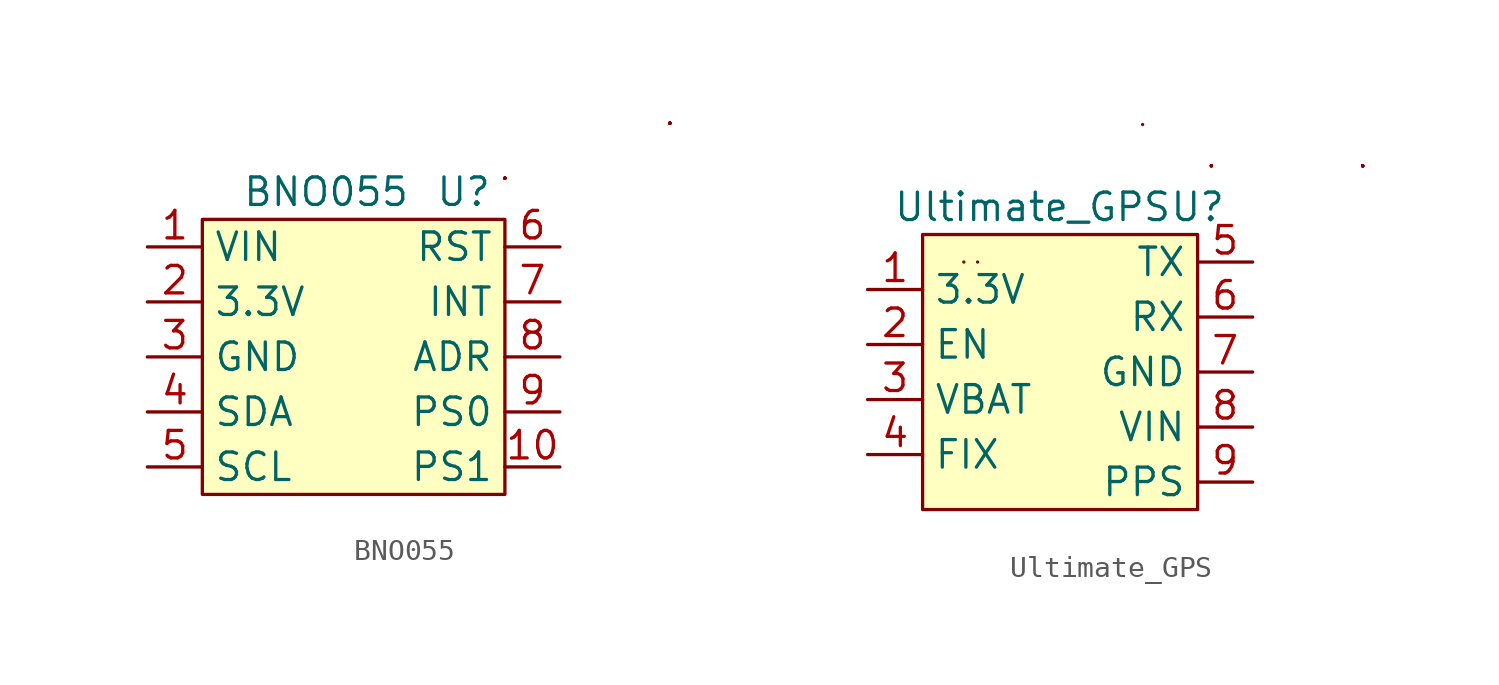
<source format=kicad_sym>
(kicad_symbol_lib
  (version 20211014)
  (generator kicad_symbol_editor)
  (symbol "BNO055"
    (property "Reference" "U"
      (at 4.445 7.62 0)
      (effects (font (size 1.27 1.27))))
    (property "Value" "BNO055"
      (at -1.905 7.62 0)
      (effects (font (size 1.27 1.27))))
    (symbol "BNO055_0_1"
      (rectangle (start -7.62 6.35) (end 6.35 -6.35) (stroke (width 0) (type default) (color 0 0 0 0)) (fill (type background)))
      (rectangle (start 6.35 8.255) (end 6.35 8.255) (stroke (width 0) (type default) (color 0 0 0 0)) (fill (type none)))
      (rectangle (start 6.35 8.255) (end 6.35 8.255) (stroke (width 0) (type default) (color 0 0 0 0)) (fill (type none)))
      (rectangle (start 6.35 8.255) (end 6.35 8.255) (stroke (width 0) (type default) (color 0 0 0 0)) (fill (type none)))
      (rectangle (start 6.35 8.255) (end 6.35 8.255) (stroke (width 0) (type default) (color 0 0 0 0)) (fill (type none)))
      (rectangle (start 6.35 8.255) (end 6.35 8.255) (stroke (width 0) (type default) (color 0 0 0 0)) (fill (type none)))
      (rectangle (start 6.35 8.255) (end 6.35 8.255) (stroke (width 0) (type default) (color 0 0 0 0)) (fill (type none)))
      (rectangle (start 6.35 8.255) (end 6.35 8.255) (stroke (width 0) (type default) (color 0 0 0 0)) (fill (type none)))
      (rectangle (start 6.35 8.255) (end 6.35 8.255) (stroke (width 0) (type default) (color 0 0 0 0)) (fill (type none)))
      (rectangle (start 13.97 10.795) (end 13.97 10.795) (stroke (width 0) (type default) (color 0 0 0 0)) (fill (type none)))
      (rectangle (start 13.97 10.795) (end 13.97 10.795) (stroke (width 0) (type default) (color 0 0 0 0)) (fill (type none)))
      (rectangle (start 13.97 10.795) (end 13.97 10.795) (stroke (width 0) (type default) (color 0 0 0 0)) (fill (type none)))
      (rectangle (start 13.97 10.795) (end 13.97 10.795) (stroke (width 0) (type default) (color 0 0 0 0)) (fill (type none)))
      (rectangle (start 13.97 10.795) (end 13.97 10.795) (stroke (width 0) (type default) (color 0 0 0 0)) (fill (type none)))
      (rectangle (start 13.97 10.795) (end 13.97 10.795) (stroke (width 0) (type default) (color 0 0 0 0)) (fill (type none)))
      (rectangle (start 13.97 10.795) (end 13.97 10.795) (stroke (width 0) (type default) (color 0 0 0 0)) (fill (type none)))
      (rectangle (start 13.97 10.795) (end 13.97 10.795) (stroke (width 0) (type default) (color 0 0 0 0)) (fill (type none)))
      (rectangle (start 13.97 10.795) (end 13.97 10.795) (stroke (width 0) (type default) (color 0 0 0 0)) (fill (type none)))
      (rectangle (start 13.97 10.795) (end 13.97 10.795) (stroke (width 0) (type default) (color 0 0 0 0)) (fill (type none)))
      (rectangle (start 13.97 10.795) (end 13.97 10.795) (stroke (width 0) (type default) (color 0 0 0 0)) (fill (type none)))
      (rectangle (start 13.97 10.795) (end 13.97 10.795) (stroke (width 0) (type default) (color 0 0 0 0)) (fill (type none))))
    (symbol "BNO055_1_1"
      (pin input line (at -10.16 5.08 0) (length 2.54) (name "VIN" (effects (font (size 1.27 1.27)))) (number "1" (effects (font (size 1.27 1.27)))))
      (pin input line (at 8.89 -5.08 180) (length 2.54) (name "PS1" (effects (font (size 1.27 1.27)))) (number "10" (effects (font (size 1.27 1.27)))))
      (pin output line (at -10.16 2.54 0) (length 2.54) (name "3.3V" (effects (font (size 1.27 1.27)))) (number "2" (effects (font (size 1.27 1.27)))))
      (pin power_in line (at -10.16 0 0) (length 2.54) (name "GND" (effects (font (size 1.27 1.27)))) (number "3" (effects (font (size 1.27 1.27)))))
      (pin bidirectional line (at -10.16 -2.54 0) (length 2.54) (name "SDA" (effects (font (size 1.27 1.27)))) (number "4" (effects (font (size 1.27 1.27)))))
      (pin input line (at -10.16 -5.08 0) (length 2.54) (name "SCL" (effects (font (size 1.27 1.27)))) (number "5" (effects (font (size 1.27 1.27)))))
      (pin input line (at 8.89 5.08 180) (length 2.54) (name "RST" (effects (font (size 1.27 1.27)))) (number "6" (effects (font (size 1.27 1.27)))))
      (pin output line (at 8.89 2.54 180) (length 2.54) (name "INT" (effects (font (size 1.27 1.27)))) (number "7" (effects (font (size 1.27 1.27)))))
      (pin input line (at 8.89 0 180) (length 2.54) (name "ADR" (effects (font (size 1.27 1.27)))) (number "8" (effects (font (size 1.27 1.27)))))
      (pin input line (at 8.89 -2.54 180) (length 2.54) (name "PS0" (effects (font (size 1.27 1.27)))) (number "9" (effects (font (size 1.27 1.27)))))))
  (symbol "Ultimate_GPS"
    (property "Reference" "U"
      (at 6.35 8.89 0)
      (effects (font (size 1.27 1.27))))
    (property "Value" "Ultimate_GPS"
      (at -1.27 8.89 0)
      (effects (font (size 1.27 1.27))))
    (symbol "Ultimate_GPS_0_1"
      (rectangle (start -6.35 7.62) (end 6.35 -5.08) (stroke (width 0) (type default) (color 0 0 0 0)) (fill (type background)))
      (rectangle (start -4.445 6.35) (end -4.445 6.35) (stroke (width 0) (type default) (color 0 0 0 0)) (fill (type none)))
      (rectangle (start -3.81 6.35) (end -3.81 6.35) (stroke (width 0) (type default) (color 0 0 0 0)) (fill (type none)))
      (rectangle (start 3.81 12.7) (end 3.81 12.7) (stroke (width 0) (type default) (color 0 0 0 0)) (fill (type none)))
      (rectangle (start 6.985 10.795) (end 6.985 10.795) (stroke (width 0) (type default) (color 0 0 0 0)) (fill (type none)))
      (rectangle (start 6.985 10.795) (end 6.985 10.795) (stroke (width 0) (type default) (color 0 0 0 0)) (fill (type none)))
      (rectangle (start 6.985 10.795) (end 6.985 10.795) (stroke (width 0) (type default) (color 0 0 0 0)) (fill (type none)))
      (rectangle (start 6.985 10.795) (end 6.985 10.795) (stroke (width 0) (type default) (color 0 0 0 0)) (fill (type none)))
      (rectangle (start 6.985 10.795) (end 6.985 10.795) (stroke (width 0) (type default) (color 0 0 0 0)) (fill (type none)))
      (rectangle (start 6.985 10.795) (end 6.985 10.795) (stroke (width 0) (type default) (color 0 0 0 0)) (fill (type none)))
      (rectangle (start 6.985 10.795) (end 6.985 10.795) (stroke (width 0) (type default) (color 0 0 0 0)) (fill (type none)))
      (rectangle (start 6.985 10.795) (end 6.985 10.795) (stroke (width 0) (type default) (color 0 0 0 0)) (fill (type none)))
      (rectangle (start 13.97 10.795) (end 13.97 10.795) (stroke (width 0) (type default) (color 0 0 0 0)) (fill (type none)))
      (rectangle (start 13.97 10.795) (end 13.97 10.795) (stroke (width 0) (type default) (color 0 0 0 0)) (fill (type none)))
      (rectangle (start 13.97 10.795) (end 13.97 10.795) (stroke (width 0) (type default) (color 0 0 0 0)) (fill (type none)))
      (rectangle (start 13.97 10.795) (end 13.97 10.795) (stroke (width 0) (type default) (color 0 0 0 0)) (fill (type none)))
      (rectangle (start 13.97 10.795) (end 13.97 10.795) (stroke (width 0) (type default) (color 0 0 0 0)) (fill (type none)))
      (rectangle (start 13.97 10.795) (end 13.97 10.795) (stroke (width 0) (type default) (color 0 0 0 0)) (fill (type none)))
      (rectangle (start 13.97 10.795) (end 13.97 10.795) (stroke (width 0) (type default) (color 0 0 0 0)) (fill (type none)))
      (rectangle (start 13.97 10.795) (end 13.97 10.795) (stroke (width 0) (type default) (color 0 0 0 0)) (fill (type none)))
      (rectangle (start 13.97 10.795) (end 13.97 10.795) (stroke (width 0) (type default) (color 0 0 0 0)) (fill (type none)))
      (rectangle (start 13.97 10.795) (end 13.97 10.795) (stroke (width 0) (type default) (color 0 0 0 0)) (fill (type none)))
      (rectangle (start 13.97 10.795) (end 13.97 10.795) (stroke (width 0) (type default) (color 0 0 0 0)) (fill (type none)))
      (rectangle (start 13.97 10.795) (end 13.97 10.795) (stroke (width 0) (type default) (color 0 0 0 0)) (fill (type none))))
    (symbol "Ultimate_GPS_1_1"
      (pin output line (at -8.89 5.08 0) (length 2.54) (name "3.3V" (effects (font (size 1.27 1.27)))) (number "1" (effects (font (size 1.27 1.27)))))
      (pin input line (at -8.89 2.54 0) (length 2.54) (name "EN" (effects (font (size 1.27 1.27)))) (number "2" (effects (font (size 1.27 1.27)))))
      (pin input line (at -8.89 0 0) (length 2.54) (name "VBAT" (effects (font (size 1.27 1.27)))) (number "3" (effects (font (size 1.27 1.27)))))
      (pin output line (at -8.89 -2.54 0) (length 2.54) (name "FIX" (effects (font (size 1.27 1.27)))) (number "4" (effects (font (size 1.27 1.27)))))
      (pin output line (at 8.89 6.35 180) (length 2.54) (name "TX" (effects (font (size 1.27 1.27)))) (number "5" (effects (font (size 1.27 1.27)))))
      (pin input line (at 8.89 3.81 180) (length 2.54) (name "RX" (effects (font (size 1.27 1.27)))) (number "6" (effects (font (size 1.27 1.27)))))
      (pin power_in line (at 8.89 1.27 180) (length 2.54) (name "GND" (effects (font (size 1.27 1.27)))) (number "7" (effects (font (size 1.27 1.27)))))
      (pin input line (at 8.89 -1.27 180) (length 2.54) (name "VIN" (effects (font (size 1.27 1.27)))) (number "8" (effects (font (size 1.27 1.27)))))
      (pin output line (at 8.89 -3.81 180) (length 2.54) (name "PPS" (effects (font (size 1.27 1.27)))) (number "9" (effects (font (size 1.27 1.27))))))))
</source>
